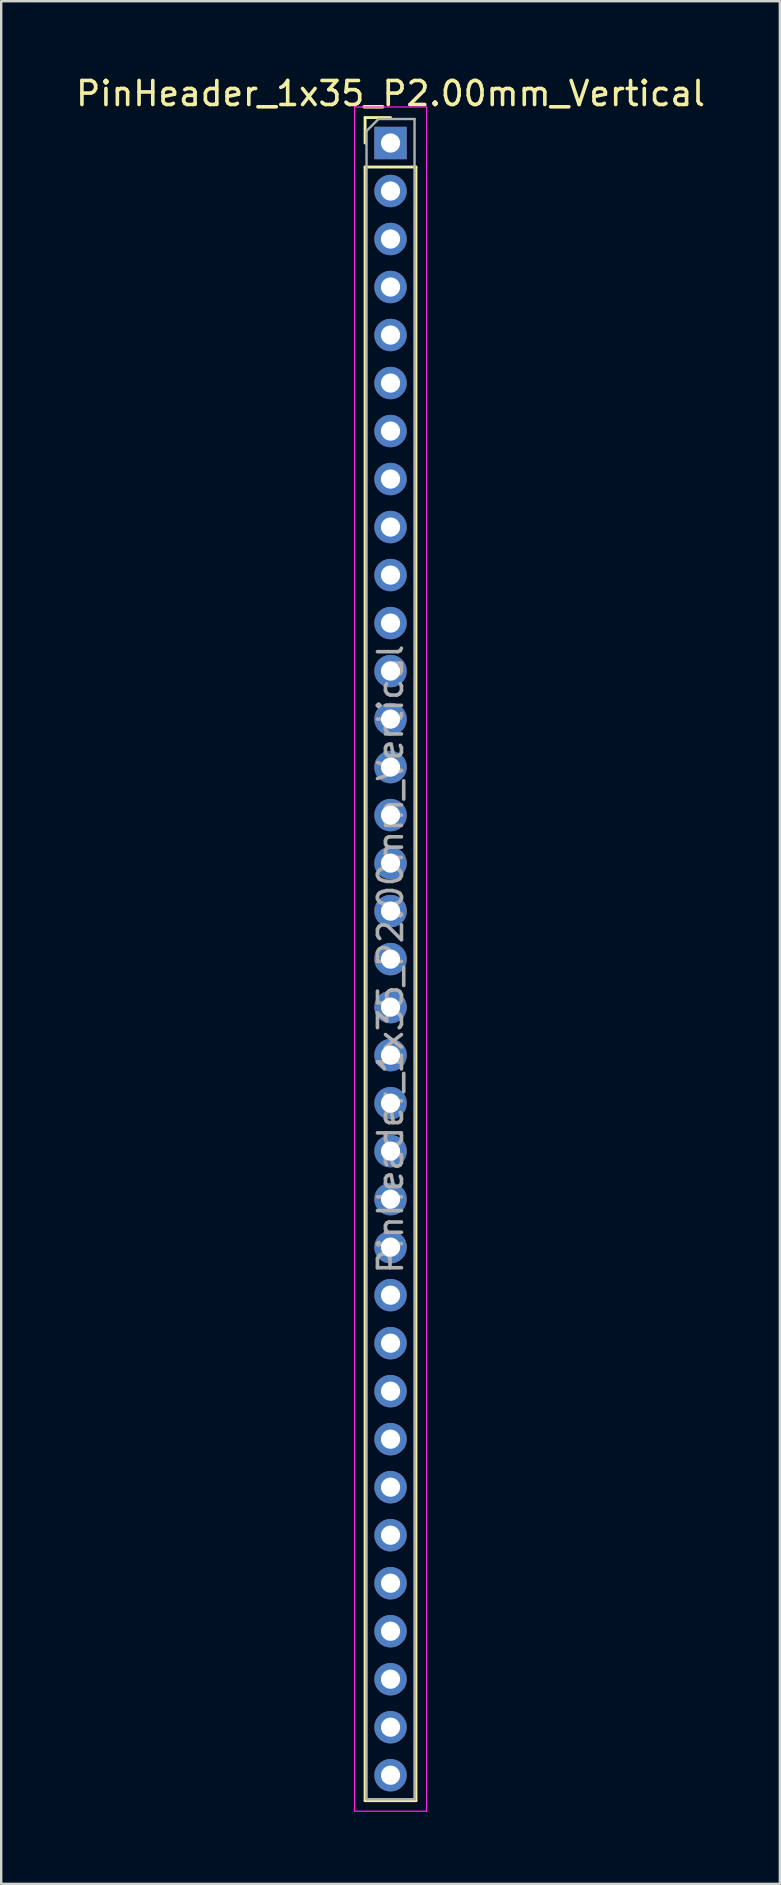
<source format=kicad_pcb>
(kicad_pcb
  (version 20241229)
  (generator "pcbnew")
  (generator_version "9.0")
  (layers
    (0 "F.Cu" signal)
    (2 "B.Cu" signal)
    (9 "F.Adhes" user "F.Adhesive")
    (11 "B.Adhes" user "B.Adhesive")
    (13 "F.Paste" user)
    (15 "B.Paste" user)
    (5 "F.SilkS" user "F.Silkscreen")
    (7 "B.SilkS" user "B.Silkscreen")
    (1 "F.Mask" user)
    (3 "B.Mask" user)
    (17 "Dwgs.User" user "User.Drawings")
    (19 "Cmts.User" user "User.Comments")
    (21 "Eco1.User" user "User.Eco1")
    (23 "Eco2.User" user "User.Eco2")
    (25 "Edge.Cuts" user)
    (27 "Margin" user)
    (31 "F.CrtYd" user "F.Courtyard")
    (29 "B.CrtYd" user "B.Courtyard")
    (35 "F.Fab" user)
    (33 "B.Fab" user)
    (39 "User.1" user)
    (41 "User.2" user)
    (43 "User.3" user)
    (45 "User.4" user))
  (footprint "PinHeader_1x35_P2.00mm_Vertical"
    (layer "F.Cu")
    (at 13.22 2.908)
    (property "Reference" "PinHeader_1x35_P2.00mm_Vertical" (at 0 -2.06 0) (layer "F.SilkS") (effects (font (size 1 1) (thickness 0.15))))
    (attr through_hole)
    (fp_line (start -1.06 -1.06) (end 0 -1.06) (stroke (width 0.12) (type solid)) (layer "F.SilkS"))
    (fp_line (start -1.06 0) (end -1.06 -1.06) (stroke (width 0.12) (type solid)) (layer "F.SilkS"))
    (fp_line (start -1.06 1) (end -1.06 69.06) (stroke (width 0.12) (type solid)) (layer "F.SilkS"))
    (fp_line (start -1.06 1) (end 1.06 1) (stroke (width 0.12) (type solid)) (layer "F.SilkS"))
    (fp_line (start -1.06 69.06) (end 1.06 69.06) (stroke (width 0.12) (type solid)) (layer "F.SilkS"))
    (fp_line (start 1.06 1) (end 1.06 69.06) (stroke (width 0.12) (type solid)) (layer "F.SilkS"))
    (fp_line (start -1.5 -1.5) (end -1.5 69.5) (stroke (width 0.05) (type solid)) (layer "F.CrtYd"))
    (fp_line (start -1.5 69.5) (end 1.5 69.5) (stroke (width 0.05) (type solid)) (layer "F.CrtYd"))
    (fp_line (start 1.5 -1.5) (end -1.5 -1.5) (stroke (width 0.05) (type solid)) (layer "F.CrtYd"))
    (fp_line (start 1.5 69.5) (end 1.5 -1.5) (stroke (width 0.05) (type solid)) (layer "F.CrtYd"))
    (fp_line (start -1 -0.5) (end -0.5 -1) (stroke (width 0.1) (type solid)) (layer "F.Fab"))
    (fp_line (start -1 69) (end -1 -0.5) (stroke (width 0.1) (type solid)) (layer "F.Fab"))
    (fp_line (start -0.5 -1) (end 1 -1) (stroke (width 0.1) (type solid)) (layer "F.Fab"))
    (fp_line (start 1 -1) (end 1 69) (stroke (width 0.1) (type solid)) (layer "F.Fab"))
    (fp_line (start 1 69) (end -1 69) (stroke (width 0.1) (type solid)) (layer "F.Fab"))
    (fp_text user "${REFERENCE}" (at 0 34 90) (layer "F.Fab") (effects (font (size 1 1) (thickness 0.15))))
    (pad "1" thru_hole rect (at 0 0) (size 1.35 1.35) (drill 0.8) (layers "*.Cu" "*.Mask"))
    (pad "2" thru_hole oval (at 0 2) (size 1.35 1.35) (drill 0.8) (layers "*.Cu" "*.Mask"))
    (pad "3" thru_hole oval (at 0 4) (size 1.35 1.35) (drill 0.8) (layers "*.Cu" "*.Mask"))
    (pad "4" thru_hole oval (at 0 6) (size 1.35 1.35) (drill 0.8) (layers "*.Cu" "*.Mask"))
    (pad "5" thru_hole oval (at 0 8) (size 1.35 1.35) (drill 0.8) (layers "*.Cu" "*.Mask"))
    (pad "6" thru_hole oval (at 0 10) (size 1.35 1.35) (drill 0.8) (layers "*.Cu" "*.Mask"))
    (pad "7" thru_hole oval (at 0 12) (size 1.35 1.35) (drill 0.8) (layers "*.Cu" "*.Mask"))
    (pad "8" thru_hole oval (at 0 14) (size 1.35 1.35) (drill 0.8) (layers "*.Cu" "*.Mask"))
    (pad "9" thru_hole oval (at 0 16) (size 1.35 1.35) (drill 0.8) (layers "*.Cu" "*.Mask"))
    (pad "10" thru_hole oval (at 0 18) (size 1.35 1.35) (drill 0.8) (layers "*.Cu" "*.Mask"))
    (pad "11" thru_hole oval (at 0 20) (size 1.35 1.35) (drill 0.8) (layers "*.Cu" "*.Mask"))
    (pad "12" thru_hole oval (at 0 22) (size 1.35 1.35) (drill 0.8) (layers "*.Cu" "*.Mask"))
    (pad "13" thru_hole oval (at 0 24) (size 1.35 1.35) (drill 0.8) (layers "*.Cu" "*.Mask"))
    (pad "14" thru_hole oval (at 0 26) (size 1.35 1.35) (drill 0.8) (layers "*.Cu" "*.Mask"))
    (pad "15" thru_hole oval (at 0 28) (size 1.35 1.35) (drill 0.8) (layers "*.Cu" "*.Mask"))
    (pad "16" thru_hole oval (at 0 30) (size 1.35 1.35) (drill 0.8) (layers "*.Cu" "*.Mask"))
    (pad "17" thru_hole oval (at 0 32) (size 1.35 1.35) (drill 0.8) (layers "*.Cu" "*.Mask"))
    (pad "18" thru_hole oval (at 0 34) (size 1.35 1.35) (drill 0.8) (layers "*.Cu" "*.Mask"))
    (pad "19" thru_hole oval (at 0 36) (size 1.35 1.35) (drill 0.8) (layers "*.Cu" "*.Mask"))
    (pad "20" thru_hole oval (at 0 38) (size 1.35 1.35) (drill 0.8) (layers "*.Cu" "*.Mask"))
    (pad "21" thru_hole oval (at 0 40) (size 1.35 1.35) (drill 0.8) (layers "*.Cu" "*.Mask"))
    (pad "22" thru_hole oval (at 0 42) (size 1.35 1.35) (drill 0.8) (layers "*.Cu" "*.Mask"))
    (pad "23" thru_hole oval (at 0 44) (size 1.35 1.35) (drill 0.8) (layers "*.Cu" "*.Mask"))
    (pad "24" thru_hole oval (at 0 46) (size 1.35 1.35) (drill 0.8) (layers "*.Cu" "*.Mask"))
    (pad "25" thru_hole oval (at 0 48) (size 1.35 1.35) (drill 0.8) (layers "*.Cu" "*.Mask"))
    (pad "26" thru_hole oval (at 0 50) (size 1.35 1.35) (drill 0.8) (layers "*.Cu" "*.Mask"))
    (pad "27" thru_hole oval (at 0 52) (size 1.35 1.35) (drill 0.8) (layers "*.Cu" "*.Mask"))
    (pad "28" thru_hole oval (at 0 54) (size 1.35 1.35) (drill 0.8) (layers "*.Cu" "*.Mask"))
    (pad "29" thru_hole oval (at 0 56) (size 1.35 1.35) (drill 0.8) (layers "*.Cu" "*.Mask"))
    (pad "30" thru_hole oval (at 0 58) (size 1.35 1.35) (drill 0.8) (layers "*.Cu" "*.Mask"))
    (pad "31" thru_hole oval (at 0 60) (size 1.35 1.35) (drill 0.8) (layers "*.Cu" "*.Mask"))
    (pad "32" thru_hole oval (at 0 62) (size 1.35 1.35) (drill 0.8) (layers "*.Cu" "*.Mask"))
    (pad "33" thru_hole oval (at 0 64) (size 1.35 1.35) (drill 0.8) (layers "*.Cu" "*.Mask"))
    (pad "34" thru_hole oval (at 0 66) (size 1.35 1.35) (drill 0.8) (layers "*.Cu" "*.Mask"))
    (pad "35" thru_hole oval (at 0 68) (size 1.35 1.35) (drill 0.8) (layers "*.Cu" "*.Mask")))
  (gr_rect
    (start -3 -3)
    (end 29.44 75.433)
    (stroke (width 0.1) (type default))
    (fill no)
    (layer "Edge.Cuts")))
</source>
